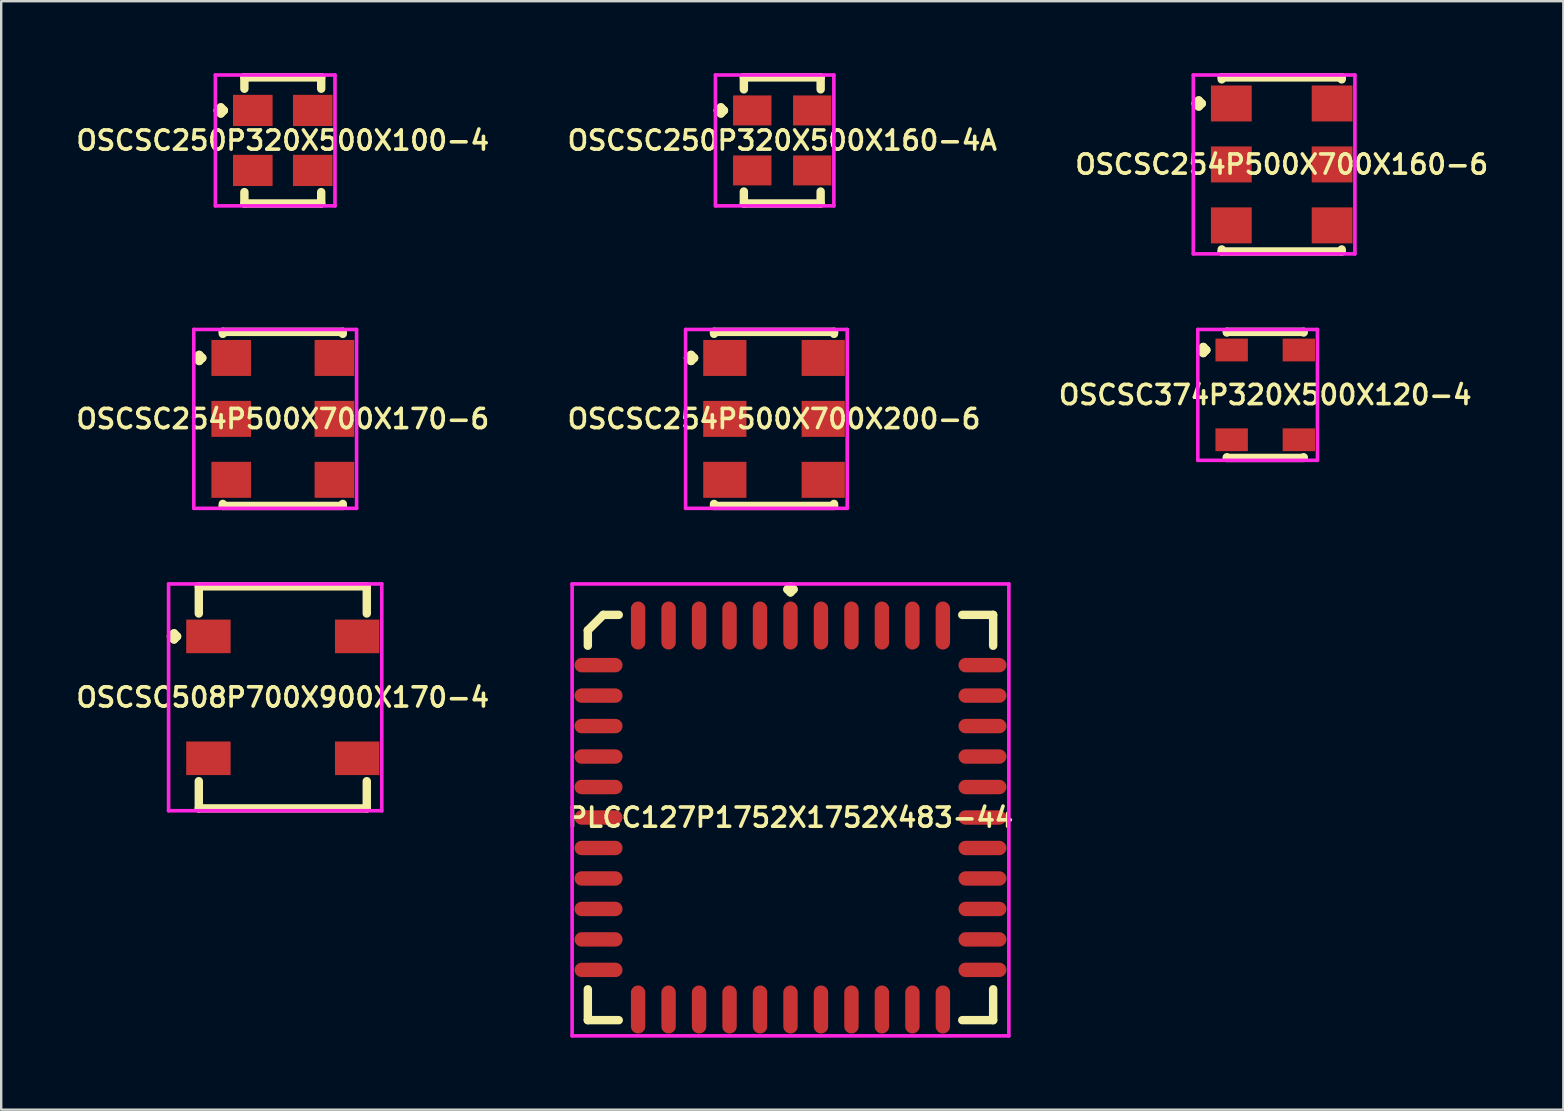
<source format=kicad_pcb>
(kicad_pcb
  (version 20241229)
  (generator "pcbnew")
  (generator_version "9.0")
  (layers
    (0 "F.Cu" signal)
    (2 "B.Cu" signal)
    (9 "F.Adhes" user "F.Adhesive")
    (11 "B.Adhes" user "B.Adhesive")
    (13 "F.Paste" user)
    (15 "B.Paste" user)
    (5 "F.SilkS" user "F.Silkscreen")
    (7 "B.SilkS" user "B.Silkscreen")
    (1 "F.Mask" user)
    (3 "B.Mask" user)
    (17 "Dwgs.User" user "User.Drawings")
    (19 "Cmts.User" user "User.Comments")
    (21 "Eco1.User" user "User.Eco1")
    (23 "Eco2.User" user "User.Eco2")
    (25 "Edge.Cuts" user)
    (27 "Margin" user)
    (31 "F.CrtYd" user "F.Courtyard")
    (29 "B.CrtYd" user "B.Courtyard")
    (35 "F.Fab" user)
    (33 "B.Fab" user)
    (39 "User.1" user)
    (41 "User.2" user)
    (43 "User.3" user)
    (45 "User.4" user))
  (footprint "OSCSC254P500X700X160-6"
    (layer "F.Cu")
    (at 50.363 3.802)
    (property "Reference" "OSCSC254P500X700X160-6" (at 0 0 0) (layer "F.SilkS") (effects (font (size 0.8 0.8) (thickness 0.15))))
    (attr smd)
    (fp_line (start -3.585 -2.54) (end -3.458 -2.667) (stroke (width 0.35) (type solid)) (layer "F.SilkS"))
    (fp_line (start -3.458 -2.667) (end -3.331 -2.54) (stroke (width 0.35) (type solid)) (layer "F.SilkS"))
    (fp_line (start -3.458 -2.413) (end -3.585 -2.54) (stroke (width 0.35) (type solid)) (layer "F.SilkS"))
    (fp_line (start -3.331 -2.54) (end -3.458 -2.413) (stroke (width 0.35) (type solid)) (layer "F.SilkS"))
    (fp_line (start -2.5 -3.627) (end 2.5 -3.627) (stroke (width 0.35) (type solid)) (layer "F.SilkS"))
    (fp_line (start -2.5 -3.544) (end -2.5 -3.627) (stroke (width 0.35) (type solid)) (layer "F.SilkS"))
    (fp_line (start -2.5 3.544) (end -2.5 3.627) (stroke (width 0.35) (type solid)) (layer "F.SilkS"))
    (fp_line (start -2.5 3.627) (end 2.5 3.627) (stroke (width 0.35) (type solid)) (layer "F.SilkS"))
    (fp_line (start 2.5 -3.627) (end 2.5 -3.544) (stroke (width 0.35) (type solid)) (layer "F.SilkS"))
    (fp_line (start 2.5 3.627) (end 2.5 3.544) (stroke (width 0.35) (type solid)) (layer "F.SilkS"))
    (fp_line (start -3.685 -3.727) (end 3.05 -3.727) (stroke (width 0.15) (type solid)) (layer "F.CrtYd"))
    (fp_line (start -3.685 3.727) (end -3.685 -3.727) (stroke (width 0.15) (type solid)) (layer "F.CrtYd"))
    (fp_line (start 3.05 -3.727) (end 3.05 3.727) (stroke (width 0.15) (type solid)) (layer "F.CrtYd"))
    (fp_line (start 3.05 3.727) (end -3.685 3.727) (stroke (width 0.15) (type solid)) (layer "F.CrtYd"))
    (pad "1" smd rect (at -2.1 -2.54) (size 1.7 1.5) (layers "F.Cu" "F.Mask" "F.Paste"))
    (pad "2" smd rect (at -2.1 0) (size 1.7 1.5) (layers "F.Cu" "F.Mask" "F.Paste"))
    (pad "3" smd rect (at -2.1 2.54) (size 1.7 1.5) (layers "F.Cu" "F.Mask" "F.Paste"))
    (pad "4" smd rect (at 2.1 2.54) (size 1.7 1.5) (layers "F.Cu" "F.Mask" "F.Paste"))
    (pad "5" smd rect (at 2.1 0) (size 1.7 1.5) (layers "F.Cu" "F.Mask" "F.Paste"))
    (pad "6" smd rect (at 2.1 -2.54) (size 1.7 1.5) (layers "F.Cu" "F.Mask" "F.Paste")))
  (footprint "OSCSC254P500X700X200-6"
    (layer "F.Cu")
    (at 29.206 14.406)
    (property "Reference" "OSCSC254P500X700X200-6" (at 0 0 0) (layer "F.SilkS") (effects (font (size 0.8 0.8) (thickness 0.15))))
    (attr through_hole)
    (fp_line (start -3.585 -2.54) (end -3.458 -2.667) (stroke (width 0.35) (type solid)) (layer "F.SilkS"))
    (fp_line (start -3.458 -2.667) (end -3.331 -2.54) (stroke (width 0.35) (type solid)) (layer "F.SilkS"))
    (fp_line (start -3.458 -2.413) (end -3.585 -2.54) (stroke (width 0.35) (type solid)) (layer "F.SilkS"))
    (fp_line (start -3.331 -2.54) (end -3.458 -2.413) (stroke (width 0.35) (type solid)) (layer "F.SilkS"))
    (fp_line (start -2.5 -3.627) (end 2.5 -3.627) (stroke (width 0.35) (type solid)) (layer "F.SilkS"))
    (fp_line (start -2.5 -3.544) (end -2.5 -3.627) (stroke (width 0.35) (type solid)) (layer "F.SilkS"))
    (fp_line (start -2.5 3.544) (end -2.5 3.627) (stroke (width 0.35) (type solid)) (layer "F.SilkS"))
    (fp_line (start -2.5 3.627) (end 2.5 3.627) (stroke (width 0.35) (type solid)) (layer "F.SilkS"))
    (fp_line (start 2.5 -3.627) (end 2.5 -3.544) (stroke (width 0.35) (type solid)) (layer "F.SilkS"))
    (fp_line (start 2.5 3.627) (end 2.5 3.544) (stroke (width 0.35) (type solid)) (layer "F.SilkS"))
    (fp_line (start -3.685 -3.727) (end 3.05 -3.727) (stroke (width 0.15) (type solid)) (layer "F.CrtYd"))
    (fp_line (start -3.685 3.727) (end -3.685 -3.727) (stroke (width 0.15) (type solid)) (layer "F.CrtYd"))
    (fp_line (start 3.05 -3.727) (end 3.05 3.727) (stroke (width 0.15) (type solid)) (layer "F.CrtYd"))
    (fp_line (start 3.05 3.727) (end -3.685 3.727) (stroke (width 0.15) (type solid)) (layer "F.CrtYd"))
    (pad "1" smd rect (at -2.05 -2.54) (size 1.8 1.5) (layers "F.Cu" "F.Mask" "F.Paste"))
    (pad "2" smd rect (at -2.05 0) (size 1.8 1.5) (layers "F.Cu" "F.Mask" "F.Paste"))
    (pad "3" smd rect (at -2.05 2.54) (size 1.8 1.5) (layers "F.Cu" "F.Mask" "F.Paste"))
    (pad "4" smd rect (at 2.05 2.54) (size 1.8 1.5) (layers "F.Cu" "F.Mask" "F.Paste"))
    (pad "5" smd rect (at 2.05 0) (size 1.8 1.5) (layers "F.Cu" "F.Mask" "F.Paste"))
    (pad "6" smd rect (at 2.05 -2.54) (size 1.8 1.5) (layers "F.Cu" "F.Mask" "F.Paste")))
  (footprint "OSCSC374P320X500X120-4"
    (layer "F.Cu")
    (at 49.677 13.406)
    (property "Reference" "OSCSC374P320X500X120-4" (at 0 0 0) (layer "F.SilkS") (effects (font (size 0.8 0.8) (thickness 0.15))))
    (attr smd)
    (fp_line (start -2.71 -1.87) (end -2.583 -1.997) (stroke (width 0.35) (type solid)) (layer "F.SilkS"))
    (fp_line (start -2.583 -1.997) (end -2.456 -1.87) (stroke (width 0.35) (type solid)) (layer "F.SilkS"))
    (fp_line (start -2.583 -1.743) (end -2.71 -1.87) (stroke (width 0.35) (type solid)) (layer "F.SilkS"))
    (fp_line (start -2.456 -1.87) (end -2.583 -1.743) (stroke (width 0.35) (type solid)) (layer "F.SilkS"))
    (fp_line (start -1.6 -2.627) (end 1.6 -2.627) (stroke (width 0.35) (type solid)) (layer "F.SilkS"))
    (fp_line (start -1.6 -2.599) (end -1.6 -2.627) (stroke (width 0.35) (type solid)) (layer "F.SilkS"))
    (fp_line (start -1.6 2.599) (end -1.6 2.627) (stroke (width 0.35) (type solid)) (layer "F.SilkS"))
    (fp_line (start -1.6 2.627) (end 1.6 2.627) (stroke (width 0.35) (type solid)) (layer "F.SilkS"))
    (fp_line (start 1.6 -2.627) (end 1.6 -2.599) (stroke (width 0.35) (type solid)) (layer "F.SilkS"))
    (fp_line (start 1.6 2.627) (end 1.6 2.599) (stroke (width 0.35) (type solid)) (layer "F.SilkS"))
    (fp_line (start -2.81 -2.727) (end 2.175 -2.727) (stroke (width 0.15) (type solid)) (layer "F.CrtYd"))
    (fp_line (start -2.81 2.727) (end -2.81 -2.727) (stroke (width 0.15) (type solid)) (layer "F.CrtYd"))
    (fp_line (start 2.175 -2.727) (end 2.175 2.727) (stroke (width 0.15) (type solid)) (layer "F.CrtYd"))
    (fp_line (start 2.175 2.727) (end -2.81 2.727) (stroke (width 0.15) (type solid)) (layer "F.CrtYd"))
    (pad "1" smd rect (at -1.4 -1.87) (size 1.35 0.95) (layers "F.Cu" "F.Mask" "F.Paste"))
    (pad "2" smd rect (at -1.4 1.87) (size 1.35 0.95) (layers "F.Cu" "F.Mask" "F.Paste"))
    (pad "3" smd rect (at 1.4 1.87) (size 1.35 0.95) (layers "F.Cu" "F.Mask" "F.Paste"))
    (pad "4" smd rect (at 1.4 -1.87) (size 1.35 0.95) (layers "F.Cu" "F.Mask" "F.Paste")))
  (footprint "OSCSC250P320X500X100-4"
    (layer "F.Cu")
    (at 8.735 2.802)
    (property "Reference" "OSCSC250P320X500X100-4" (at 0 0 0) (layer "F.SilkS") (effects (font (size 0.8 0.8) (thickness 0.15))))
    (attr smd)
    (fp_line (start -2.71 -1.25) (end -2.583 -1.377) (stroke (width 0.35) (type solid)) (layer "F.SilkS"))
    (fp_line (start -2.583 -1.377) (end -2.456 -1.25) (stroke (width 0.35) (type solid)) (layer "F.SilkS"))
    (fp_line (start -2.583 -1.123) (end -2.71 -1.25) (stroke (width 0.35) (type solid)) (layer "F.SilkS"))
    (fp_line (start -2.456 -1.25) (end -2.583 -1.123) (stroke (width 0.35) (type solid)) (layer "F.SilkS"))
    (fp_line (start -1.6 -2.627) (end 1.6 -2.627) (stroke (width 0.35) (type solid)) (layer "F.SilkS"))
    (fp_line (start -1.6 -2.154) (end -1.6 -2.627) (stroke (width 0.35) (type solid)) (layer "F.SilkS"))
    (fp_line (start -1.6 2.154) (end -1.6 2.627) (stroke (width 0.35) (type solid)) (layer "F.SilkS"))
    (fp_line (start -1.6 2.627) (end 1.6 2.627) (stroke (width 0.35) (type solid)) (layer "F.SilkS"))
    (fp_line (start 1.6 -2.627) (end 1.6 -2.154) (stroke (width 0.35) (type solid)) (layer "F.SilkS"))
    (fp_line (start 1.6 2.627) (end 1.6 2.154) (stroke (width 0.35) (type solid)) (layer "F.SilkS"))
    (fp_line (start -2.81 -2.727) (end 2.175 -2.727) (stroke (width 0.15) (type solid)) (layer "F.CrtYd"))
    (fp_line (start -2.81 2.727) (end -2.81 -2.727) (stroke (width 0.15) (type solid)) (layer "F.CrtYd"))
    (fp_line (start 2.175 -2.727) (end 2.175 2.727) (stroke (width 0.15) (type solid)) (layer "F.CrtYd"))
    (fp_line (start 2.175 2.727) (end -2.81 2.727) (stroke (width 0.15) (type solid)) (layer "F.CrtYd"))
    (pad "1" smd rect (at -1.25 -1.25) (size 1.65 1.3) (layers "F.Cu" "F.Mask" "F.Paste"))
    (pad "2" smd rect (at -1.25 1.25) (size 1.65 1.3) (layers "F.Cu" "F.Mask" "F.Paste"))
    (pad "3" smd rect (at 1.25 1.25) (size 1.65 1.3) (layers "F.Cu" "F.Mask" "F.Paste"))
    (pad "4" smd rect (at 1.25 -1.25) (size 1.65 1.3) (layers "F.Cu" "F.Mask" "F.Paste")))
  (footprint "OSCSC250P320X500X160-4A"
    (layer "F.Cu")
    (at 29.549 2.802)
    (property "Reference" "OSCSC250P320X500X160-4A" (at 0 0 0) (layer "F.SilkS") (effects (font (size 0.8 0.8) (thickness 0.15))))
    (attr smd)
    (fp_line (start -2.685 -1.25) (end -2.558 -1.377) (stroke (width 0.35) (type solid)) (layer "F.SilkS"))
    (fp_line (start -2.558 -1.377) (end -2.431 -1.25) (stroke (width 0.35) (type solid)) (layer "F.SilkS"))
    (fp_line (start -2.558 -1.123) (end -2.685 -1.25) (stroke (width 0.35) (type solid)) (layer "F.SilkS"))
    (fp_line (start -2.431 -1.25) (end -2.558 -1.123) (stroke (width 0.35) (type solid)) (layer "F.SilkS"))
    (fp_line (start -1.6 -2.627) (end 1.6 -2.627) (stroke (width 0.35) (type solid)) (layer "F.SilkS"))
    (fp_line (start -1.6 -2.129) (end -1.6 -2.627) (stroke (width 0.35) (type solid)) (layer "F.SilkS"))
    (fp_line (start -1.6 2.129) (end -1.6 2.627) (stroke (width 0.35) (type solid)) (layer "F.SilkS"))
    (fp_line (start -1.6 2.627) (end 1.6 2.627) (stroke (width 0.35) (type solid)) (layer "F.SilkS"))
    (fp_line (start 1.6 -2.627) (end 1.6 -2.129) (stroke (width 0.35) (type solid)) (layer "F.SilkS"))
    (fp_line (start 1.6 2.627) (end 1.6 2.129) (stroke (width 0.35) (type solid)) (layer "F.SilkS"))
    (fp_line (start -2.785 -2.727) (end 2.15 -2.727) (stroke (width 0.15) (type solid)) (layer "F.CrtYd"))
    (fp_line (start -2.785 2.727) (end -2.785 -2.727) (stroke (width 0.15) (type solid)) (layer "F.CrtYd"))
    (fp_line (start 2.15 -2.727) (end 2.15 2.727) (stroke (width 0.15) (type solid)) (layer "F.CrtYd"))
    (fp_line (start 2.15 2.727) (end -2.785 2.727) (stroke (width 0.15) (type solid)) (layer "F.CrtYd"))
    (pad "1" smd rect (at -1.25 -1.25) (size 1.6 1.25) (layers "F.Cu" "F.Mask" "F.Paste"))
    (pad "2" smd rect (at -1.25 1.25) (size 1.6 1.25) (layers "F.Cu" "F.Mask" "F.Paste"))
    (pad "3" smd rect (at 1.25 1.25) (size 1.6 1.25) (layers "F.Cu" "F.Mask" "F.Paste"))
    (pad "4" smd rect (at 1.25 -1.25) (size 1.6 1.25) (layers "F.Cu" "F.Mask" "F.Paste")))
  (footprint "OSCSC254P500X700X170-6"
    (layer "F.Cu")
    (at 8.735 14.406)
    (property "Reference" "OSCSC254P500X700X170-6" (at 0 0 0) (layer "F.SilkS") (effects (font (size 0.8 0.8) (thickness 0.15))))
    (attr smd)
    (fp_line (start -3.61 -2.54) (end -3.483 -2.667) (stroke (width 0.35) (type solid)) (layer "F.SilkS"))
    (fp_line (start -3.483 -2.667) (end -3.356 -2.54) (stroke (width 0.35) (type solid)) (layer "F.SilkS"))
    (fp_line (start -3.483 -2.413) (end -3.61 -2.54) (stroke (width 0.35) (type solid)) (layer "F.SilkS"))
    (fp_line (start -3.356 -2.54) (end -3.483 -2.413) (stroke (width 0.35) (type solid)) (layer "F.SilkS"))
    (fp_line (start -2.5 -3.627) (end 2.5 -3.627) (stroke (width 0.35) (type solid)) (layer "F.SilkS"))
    (fp_line (start -2.5 -3.544) (end -2.5 -3.627) (stroke (width 0.35) (type solid)) (layer "F.SilkS"))
    (fp_line (start -2.5 3.544) (end -2.5 3.627) (stroke (width 0.35) (type solid)) (layer "F.SilkS"))
    (fp_line (start -2.5 3.627) (end 2.5 3.627) (stroke (width 0.35) (type solid)) (layer "F.SilkS"))
    (fp_line (start 2.5 -3.627) (end 2.5 -3.544) (stroke (width 0.35) (type solid)) (layer "F.SilkS"))
    (fp_line (start 2.5 3.627) (end 2.5 3.544) (stroke (width 0.35) (type solid)) (layer "F.SilkS"))
    (fp_line (start -3.71 -3.727) (end 3.075 -3.727) (stroke (width 0.15) (type solid)) (layer "F.CrtYd"))
    (fp_line (start -3.71 3.727) (end -3.71 -3.727) (stroke (width 0.15) (type solid)) (layer "F.CrtYd"))
    (fp_line (start 3.075 -3.727) (end 3.075 3.727) (stroke (width 0.15) (type solid)) (layer "F.CrtYd"))
    (fp_line (start 3.075 3.727) (end -3.71 3.727) (stroke (width 0.15) (type solid)) (layer "F.CrtYd"))
    (pad "1" smd rect (at -2.15 -2.54) (size 1.65 1.5) (layers "F.Cu" "F.Mask" "F.Paste"))
    (pad "2" smd rect (at -2.15 0) (size 1.65 1.5) (layers "F.Cu" "F.Mask" "F.Paste"))
    (pad "3" smd rect (at -2.15 2.54) (size 1.65 1.5) (layers "F.Cu" "F.Mask" "F.Paste"))
    (pad "4" smd rect (at 2.15 2.54) (size 1.65 1.5) (layers "F.Cu" "F.Mask" "F.Paste"))
    (pad "5" smd rect (at 2.15 0) (size 1.65 1.5) (layers "F.Cu" "F.Mask" "F.Paste"))
    (pad "6" smd rect (at 2.15 -2.54) (size 1.65 1.5) (layers "F.Cu" "F.Mask" "F.Paste")))
  (footprint "OSCSC508P700X900X170-4"
    (layer "F.Cu")
    (at 8.735 26.01)
    (property "Reference" "OSCSC508P700X900X170-4" (at 0 0 0) (layer "F.SilkS") (effects (font (size 0.8 0.8) (thickness 0.15))))
    (attr smd)
    (fp_line (start -4.66 -2.54) (end -4.533 -2.667) (stroke (width 0.35) (type solid)) (layer "F.SilkS"))
    (fp_line (start -4.533 -2.667) (end -4.406 -2.54) (stroke (width 0.35) (type solid)) (layer "F.SilkS"))
    (fp_line (start -4.533 -2.413) (end -4.66 -2.54) (stroke (width 0.35) (type solid)) (layer "F.SilkS"))
    (fp_line (start -4.406 -2.54) (end -4.533 -2.413) (stroke (width 0.35) (type solid)) (layer "F.SilkS"))
    (fp_line (start -3.5 -4.627) (end 3.5 -4.627) (stroke (width 0.35) (type solid)) (layer "F.SilkS"))
    (fp_line (start -3.5 -3.494) (end -3.5 -4.627) (stroke (width 0.35) (type solid)) (layer "F.SilkS"))
    (fp_line (start -3.5 3.494) (end -3.5 4.627) (stroke (width 0.35) (type solid)) (layer "F.SilkS"))
    (fp_line (start -3.5 4.627) (end 3.5 4.627) (stroke (width 0.35) (type solid)) (layer "F.SilkS"))
    (fp_line (start 3.5 -4.627) (end 3.5 -3.494) (stroke (width 0.35) (type solid)) (layer "F.SilkS"))
    (fp_line (start 3.5 4.627) (end 3.5 3.494) (stroke (width 0.35) (type solid)) (layer "F.SilkS"))
    (fp_line (start -4.76 -4.727) (end 4.125 -4.727) (stroke (width 0.15) (type solid)) (layer "F.CrtYd"))
    (fp_line (start -4.76 4.727) (end -4.76 -4.727) (stroke (width 0.15) (type solid)) (layer "F.CrtYd"))
    (fp_line (start 4.125 -4.727) (end 4.125 4.727) (stroke (width 0.15) (type solid)) (layer "F.CrtYd"))
    (fp_line (start 4.125 4.727) (end -4.76 4.727) (stroke (width 0.15) (type solid)) (layer "F.CrtYd"))
    (pad "1" smd rect (at -3.1 -2.54) (size 1.85 1.4) (layers "F.Cu" "F.Mask" "F.Paste"))
    (pad "2" smd rect (at -3.1 2.54) (size 1.85 1.4) (layers "F.Cu" "F.Mask" "F.Paste"))
    (pad "3" smd rect (at 3.1 2.54) (size 1.85 1.4) (layers "F.Cu" "F.Mask" "F.Paste"))
    (pad "4" smd rect (at 3.1 -2.54) (size 1.85 1.4) (layers "F.Cu" "F.Mask" "F.Paste")))
  (footprint "PLCC127P1752X1752X483-44"
    (layer "F.Cu")
    (at 29.892 31.018)
    (property "Reference" "PLCC127P1752X1752X483-44" (at 0 0 0) (layer "F.SilkS") (effects (font (size 0.8 0.8) (thickness 0.15))))
    (attr through_hole)
    (fp_line (start -8.445 -7.801) (end -7.801 -8.445) (stroke (width 0.35) (type solid)) (layer "F.SilkS"))
    (fp_line (start -8.445 -7.158) (end -8.445 -7.801) (stroke (width 0.35) (type solid)) (layer "F.SilkS"))
    (fp_line (start -8.445 7.158) (end -8.445 8.445) (stroke (width 0.35) (type solid)) (layer "F.SilkS"))
    (fp_line (start -8.445 8.445) (end -7.158 8.445) (stroke (width 0.35) (type solid)) (layer "F.SilkS"))
    (fp_line (start -7.801 -8.445) (end -7.158 -8.445) (stroke (width 0.35) (type solid)) (layer "F.SilkS"))
    (fp_line (start -0.127 -9.508) (end 0 -9.635) (stroke (width 0.35) (type solid)) (layer "F.SilkS"))
    (fp_line (start 0 -9.635) (end 0.127 -9.508) (stroke (width 0.35) (type solid)) (layer "F.SilkS"))
    (fp_line (start 0 -9.381) (end -0.127 -9.508) (stroke (width 0.35) (type solid)) (layer "F.SilkS"))
    (fp_line (start 0.127 -9.508) (end 0 -9.381) (stroke (width 0.35) (type solid)) (layer "F.SilkS"))
    (fp_line (start 8.445 -8.445) (end 7.158 -8.445) (stroke (width 0.35) (type solid)) (layer "F.SilkS"))
    (fp_line (start 8.445 -7.158) (end 8.445 -8.445) (stroke (width 0.35) (type solid)) (layer "F.SilkS"))
    (fp_line (start 8.445 7.158) (end 8.445 8.445) (stroke (width 0.35) (type solid)) (layer "F.SilkS"))
    (fp_line (start 8.445 8.445) (end 7.158 8.445) (stroke (width 0.35) (type solid)) (layer "F.SilkS"))
    (fp_line (start -9.1 -9.735) (end 9.1 -9.735) (stroke (width 0.15) (type solid)) (layer "F.CrtYd"))
    (fp_line (start -9.1 9.1) (end -9.1 -9.735) (stroke (width 0.15) (type solid)) (layer "F.CrtYd"))
    (fp_line (start 9.1 -9.735) (end 9.1 9.1) (stroke (width 0.15) (type solid)) (layer "F.CrtYd"))
    (fp_line (start 9.1 9.1) (end -9.1 9.1) (stroke (width 0.15) (type solid)) (layer "F.CrtYd"))
    (pad "1" smd oval (at 0 -8) (size 0.6 2) (layers "F.Cu" "F.Mask" "F.Paste"))
    (pad "2" smd oval (at -1.27 -8) (size 0.6 2) (layers "F.Cu" "F.Mask" "F.Paste"))
    (pad "3" smd oval (at -2.54 -8) (size 0.6 2) (layers "F.Cu" "F.Mask" "F.Paste"))
    (pad "4" smd oval (at -3.81 -8) (size 0.6 2) (layers "F.Cu" "F.Mask" "F.Paste"))
    (pad "5" smd oval (at -5.08 -8) (size 0.6 2) (layers "F.Cu" "F.Mask" "F.Paste"))
    (pad "6" smd oval (at -6.35 -8) (size 0.6 2) (layers "F.Cu" "F.Mask" "F.Paste"))
    (pad "7" smd oval (at -8 -6.35) (size 2 0.6) (layers "F.Cu" "F.Mask" "F.Paste"))
    (pad "8" smd oval (at -8 -5.08) (size 2 0.6) (layers "F.Cu" "F.Mask" "F.Paste"))
    (pad "9" smd oval (at -8 -3.81) (size 2 0.6) (layers "F.Cu" "F.Mask" "F.Paste"))
    (pad "10" smd oval (at -8 -2.54) (size 2 0.6) (layers "F.Cu" "F.Mask" "F.Paste"))
    (pad "11" smd oval (at -8 -1.27) (size 2 0.6) (layers "F.Cu" "F.Mask" "F.Paste"))
    (pad "12" smd oval (at -8 0) (size 2 0.6) (layers "F.Cu" "F.Mask" "F.Paste"))
    (pad "13" smd oval (at -8 1.27) (size 2 0.6) (layers "F.Cu" "F.Mask" "F.Paste"))
    (pad "14" smd oval (at -8 2.54) (size 2 0.6) (layers "F.Cu" "F.Mask" "F.Paste"))
    (pad "15" smd oval (at -8 3.81) (size 2 0.6) (layers "F.Cu" "F.Mask" "F.Paste"))
    (pad "16" smd oval (at -8 5.08) (size 2 0.6) (layers "F.Cu" "F.Mask" "F.Paste"))
    (pad "17" smd oval (at -8 6.35) (size 2 0.6) (layers "F.Cu" "F.Mask" "F.Paste"))
    (pad "18" smd oval (at -6.35 8) (size 0.6 2) (layers "F.Cu" "F.Mask" "F.Paste"))
    (pad "19" smd oval (at -5.08 8) (size 0.6 2) (layers "F.Cu" "F.Mask" "F.Paste"))
    (pad "20" smd oval (at -3.81 8) (size 0.6 2) (layers "F.Cu" "F.Mask" "F.Paste"))
    (pad "21" smd oval (at -2.54 8) (size 0.6 2) (layers "F.Cu" "F.Mask" "F.Paste"))
    (pad "22" smd oval (at -1.27 8) (size 0.6 2) (layers "F.Cu" "F.Mask" "F.Paste"))
    (pad "23" smd oval (at 0 8) (size 0.6 2) (layers "F.Cu" "F.Mask" "F.Paste"))
    (pad "24" smd oval (at 1.27 8) (size 0.6 2) (layers "F.Cu" "F.Mask" "F.Paste"))
    (pad "25" smd oval (at 2.54 8) (size 0.6 2) (layers "F.Cu" "F.Mask" "F.Paste"))
    (pad "26" smd oval (at 3.81 8) (size 0.6 2) (layers "F.Cu" "F.Mask" "F.Paste"))
    (pad "27" smd oval (at 5.08 8) (size 0.6 2) (layers "F.Cu" "F.Mask" "F.Paste"))
    (pad "28" smd oval (at 6.35 8) (size 0.6 2) (layers "F.Cu" "F.Mask" "F.Paste"))
    (pad "29" smd oval (at 8 6.35) (size 2 0.6) (layers "F.Cu" "F.Mask" "F.Paste"))
    (pad "30" smd oval (at 8 5.08) (size 2 0.6) (layers "F.Cu" "F.Mask" "F.Paste"))
    (pad "31" smd oval (at 8 3.81) (size 2 0.6) (layers "F.Cu" "F.Mask" "F.Paste"))
    (pad "32" smd oval (at 8 2.54) (size 2 0.6) (layers "F.Cu" "F.Mask" "F.Paste"))
    (pad "33" smd oval (at 8 1.27) (size 2 0.6) (layers "F.Cu" "F.Mask" "F.Paste"))
    (pad "34" smd oval (at 8 0) (size 2 0.6) (layers "F.Cu" "F.Mask" "F.Paste"))
    (pad "35" smd oval (at 8 -1.27) (size 2 0.6) (layers "F.Cu" "F.Mask" "F.Paste"))
    (pad "36" smd oval (at 8 -2.54) (size 2 0.6) (layers "F.Cu" "F.Mask" "F.Paste"))
    (pad "37" smd oval (at 8 -3.81) (size 2 0.6) (layers "F.Cu" "F.Mask" "F.Paste"))
    (pad "38" smd oval (at 8 -5.08) (size 2 0.6) (layers "F.Cu" "F.Mask" "F.Paste"))
    (pad "39" smd oval (at 8 -6.35) (size 2 0.6) (layers "F.Cu" "F.Mask" "F.Paste"))
    (pad "40" smd oval (at 6.35 -8) (size 0.6 2) (layers "F.Cu" "F.Mask" "F.Paste"))
    (pad "41" smd oval (at 5.08 -8) (size 0.6 2) (layers "F.Cu" "F.Mask" "F.Paste"))
    (pad "42" smd oval (at 3.81 -8) (size 0.6 2) (layers "F.Cu" "F.Mask" "F.Paste"))
    (pad "43" smd oval (at 2.54 -8) (size 0.6 2) (layers "F.Cu" "F.Mask" "F.Paste"))
    (pad "44" smd oval (at 1.27 -8) (size 0.6 2) (layers "F.Cu" "F.Mask" "F.Paste")))
  (gr_rect
    (start -3 -3)
    (end 62.099 43.193)
    (stroke (width 0.1) (type default))
    (fill no)
    (layer "Edge.Cuts")))
</source>
